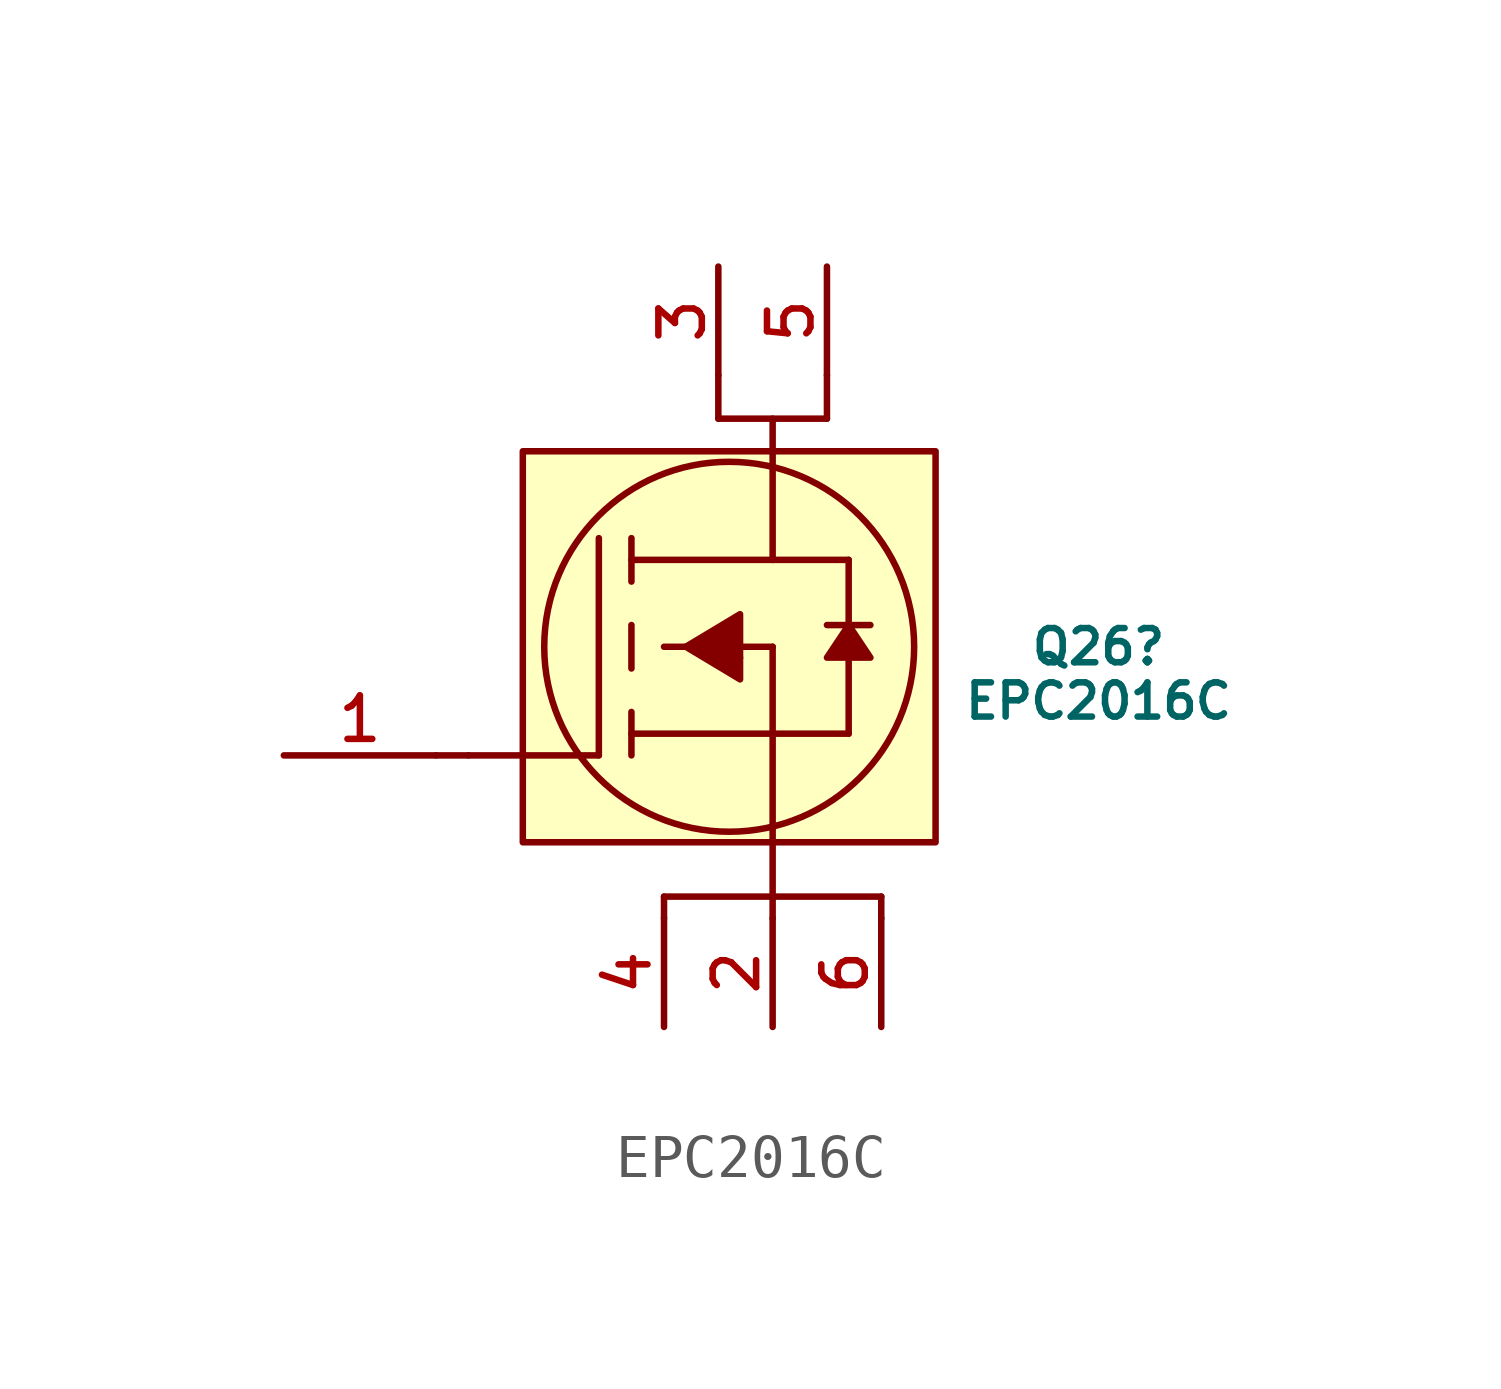
<source format=kicad_sym>
(kicad_symbol_lib
  (version 20220914)
  (generator kicad_symbol_editor)
  (symbol "EPC2016C"
    (pin_names
      (offset 1.016))
    (property "Reference" "Q26"
      (at 17.78 2.54 0)
      (do_not_autoplace)
      (effects (font (size 0.8 0.8))))
    (property "Value" "EPC2016C"
      (at 17.78 1.27 0)
      (do_not_autoplace)
      (effects (font (size 0.8 0.8))))
    (symbol "EPC2016C_0_1"
      (polyline (pts (xy 2.286 0) (xy 3.048 0)) (stroke (width 0) (type default)) (fill (type none)))
      (polyline (pts (xy 7.62 -3.81) (xy 7.62 -3.302)) (stroke (width 0) (type default)) (fill (type none)))
      (polyline (pts (xy 8.89 8.89) (xy 8.89 7.874)) (stroke (width 0) (type default)) (fill (type none)))
      (polyline (pts (xy 10.16 -3.81) (xy 10.16 -3.302)) (stroke (width 0) (type default)) (fill (type none)))
      (polyline (pts (xy 11.43 8.89) (xy 11.43 7.874)) (stroke (width 0) (type default)) (fill (type none)))
      (polyline (pts (xy 12.7 -3.81) (xy 12.7 -3.302)) (stroke (width 0) (type default)) (fill (type none))))
    (symbol "EPC2016C_1_1"
      (polyline (pts (xy 3.048 0) (xy 6.096 0)) (stroke (width 0) (type default)) (fill (type none)))
      (polyline (pts (xy 6.096 0) (xy 6.096 5.08)) (stroke (width 0) (type solid)) (fill (type none)))
      (polyline (pts (xy 6.858 0.508) (xy 10.16 0.508)) (stroke (width 0) (type solid)) (fill (type none)))
      (polyline (pts (xy 6.858 1.016) (xy 6.858 0)) (stroke (width 0) (type solid)) (fill (type none)))
      (polyline (pts (xy 6.858 3.048) (xy 6.858 2.032)) (stroke (width 0) (type solid)) (fill (type none)))
      (polyline (pts (xy 6.858 4.064) (xy 6.858 5.08)) (stroke (width 0) (type solid)) (fill (type none)))
      (polyline (pts (xy 6.858 4.572) (xy 10.16 4.572)) (stroke (width 0) (type solid)) (fill (type none)))
      (polyline (pts (xy 7.62 -3.302) (xy 12.7 -3.302)) (stroke (width 0) (type solid)) (fill (type none)))
      (polyline (pts (xy 7.62 2.54) (xy 10.16 2.54)) (stroke (width 0) (type solid)) (fill (type none)))
      (polyline (pts (xy 9.398 2.286) (xy 9.398 2.286)) (stroke (width 0) (type default)) (fill (type none)))
      (polyline (pts (xy 10.16 0.508) (xy 11.938 0.508)) (stroke (width 0) (type solid)) (fill (type none)))
      (polyline (pts (xy 10.16 2.54) (xy 10.16 -3.302)) (stroke (width 0) (type default)) (fill (type none)))
      (polyline (pts (xy 10.16 4.572) (xy 10.16 7.874)) (stroke (width 0) (type default)) (fill (type none)))
      (polyline (pts (xy 11.43 7.874) (xy 8.89 7.874)) (stroke (width 0) (type solid)) (fill (type none)))
      (polyline (pts (xy 11.938 0.508) (xy 11.938 4.572)) (stroke (width 0) (type solid)) (fill (type none)))
      (polyline (pts (xy 11.938 3.048) (xy 11.43 3.048)) (stroke (width 0) (type solid)) (fill (type none)))
      (polyline (pts (xy 11.938 3.048) (xy 12.446 3.048)) (stroke (width 0) (type solid)) (fill (type none)))
      (polyline (pts (xy 11.938 4.572) (xy 10.16 4.572)) (stroke (width 0) (type solid)) (fill (type none)))
      (polyline (pts (xy 8.128 2.54) (xy 9.398 3.302) (xy 9.398 1.778) (xy 8.128 2.54)) (stroke (width 0) (type default)) (fill (type outline)))
      (polyline (pts (xy 11.938 3.048) (xy 11.43 2.286) (xy 12.446 2.286) (xy 11.938 3.048)) (stroke (width 0) (type default)) (fill (type outline)))
      (rectangle (start 4.318 7.112) (end 13.97 -2.032) (stroke (width 0) (type default)) (fill (type background)))
      (circle (center 9.144 2.54) (radius 4.325) (stroke (width 0) (type default)) (fill (type none)))
      (pin passive line (at -1.27 0 0) (length 3.556) (name "Gate" (effects (font (size 0 0)))) (number "1" (effects (font (size 1.016 1.016)))))
      (pin passive line (at 10.16 -6.35 90) (length 2.54) (name "Substrate" (effects (font (size 0 0)))) (number "2" (effects (font (size 1.016 1.016)))))
      (pin passive line (at 8.89 11.43 270) (length 2.54) (name "Drain" (effects (font (size 0 0)))) (number "3" (effects (font (size 1.016 1.016)))))
      (pin passive line (at 7.62 -6.35 90) (length 2.54) (name "Source" (effects (font (size 0 0)))) (number "4" (effects (font (size 1.016 1.016)))))
      (pin passive line (at 11.43 11.43 270) (length 2.54) (name "Drain" (effects (font (size 0 0)))) (number "5" (effects (font (size 1.016 1.016)))))
      (pin passive line (at 12.7 -6.35 90) (length 2.54) (name "Source" (effects (font (size 0 0)))) (number "6" (effects (font (size 1.016 1.016))))))))
</source>
